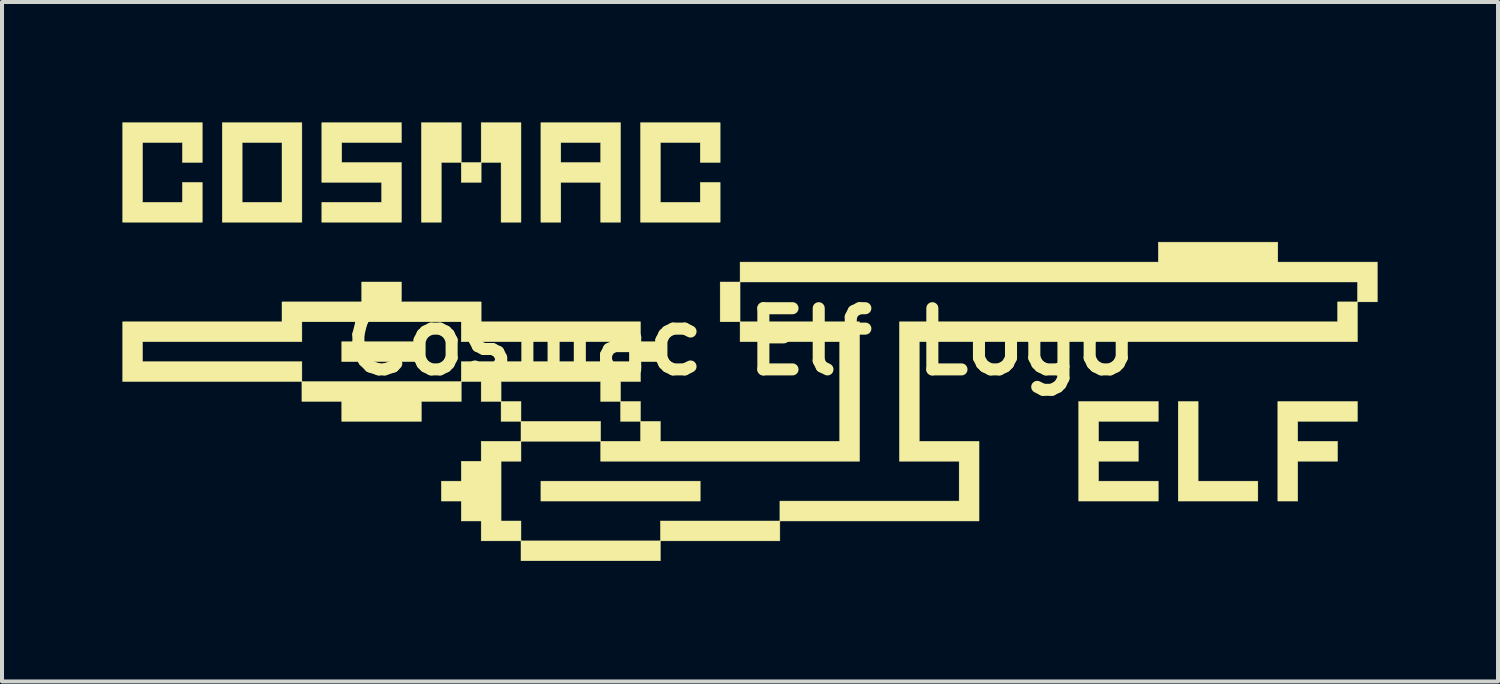
<source format=kicad_pcb>
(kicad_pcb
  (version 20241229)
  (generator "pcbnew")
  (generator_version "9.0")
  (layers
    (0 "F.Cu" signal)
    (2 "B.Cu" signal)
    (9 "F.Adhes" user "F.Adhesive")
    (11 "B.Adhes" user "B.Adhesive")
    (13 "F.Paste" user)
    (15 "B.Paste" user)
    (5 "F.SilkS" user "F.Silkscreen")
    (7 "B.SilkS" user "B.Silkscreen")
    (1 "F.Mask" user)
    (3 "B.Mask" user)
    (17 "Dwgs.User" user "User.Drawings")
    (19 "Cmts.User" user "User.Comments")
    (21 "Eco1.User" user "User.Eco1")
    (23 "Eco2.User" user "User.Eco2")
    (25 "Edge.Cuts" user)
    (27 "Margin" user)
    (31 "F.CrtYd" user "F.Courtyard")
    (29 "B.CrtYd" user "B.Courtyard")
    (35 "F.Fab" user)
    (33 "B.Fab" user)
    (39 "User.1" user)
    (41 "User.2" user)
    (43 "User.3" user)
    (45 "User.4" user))
  (footprint "Cosmac Elf Logo"
    (layer "F.Cu")
    (at 15.384 5.462)
    (property "Reference" "Cosmac Elf Logo" (at 0 0 0) (layer "F.SilkS") (effects (font (size 1.524 1.524) (thickness 0.3))))
    (attr through_hole)
    (fp_poly (pts (xy -7.938 0.496) (xy -9.922 0.496) (xy -9.922 0) (xy -7.938 0) (xy -7.938 0.496)) (stroke (width 0.01) (type solid)) (fill yes) (layer "F.SilkS"))
    (fp_poly (pts (xy -6.449 -3.969) (xy -6.945 -3.969) (xy -6.945 -4.465) (xy -6.449 -4.465) (xy -6.449 -3.969)) (stroke (width 0.01) (type solid)) (fill yes) (layer "F.SilkS"))
    (fp_poly (pts (xy -0.992 3.969) (xy -4.961 3.969) (xy -4.961 3.473) (xy -0.992 3.473) (xy -0.992 3.969)) (stroke (width 0.01) (type solid)) (fill yes) (layer "F.SilkS"))
    (fp_poly (pts (xy -7.441 -4.465) (xy -7.441 -2.977) (xy -7.938 -2.977) (xy -7.938 -5.457) (xy -6.945 -5.457) (xy -6.945 -4.465) (xy -7.441 -4.465)) (stroke (width 0.01) (type solid)) (fill yes) (layer "F.SilkS"))
    (fp_poly (pts (xy -6.449 -5.457) (xy -5.457 -5.457) (xy -5.457 -2.977) (xy -5.953 -2.977) (xy -5.953 -4.465) (xy -6.449 -4.465) (xy -6.449 -5.457)) (stroke (width 0.01) (type solid)) (fill yes) (layer "F.SilkS"))
    (fp_poly (pts (xy 11.41 3.473) (xy 12.898 3.473) (xy 12.898 3.969) (xy 10.914 3.969) (xy 10.914 1.488) (xy 11.41 1.488) (xy 11.41 3.473)) (stroke (width 0.01) (type solid)) (fill yes) (layer "F.SilkS"))
    (fp_poly (pts (xy 15.379 1.984) (xy 13.891 1.984) (xy 13.891 2.48) (xy 14.883 2.48) (xy 14.883 2.977) (xy 13.891 2.977) (xy 13.891 3.969) (xy 13.395 3.969) (xy 13.395 1.488) (xy 15.379 1.488) (xy 15.379 1.984)) (stroke (width 0.01) (type solid)) (fill yes) (layer "F.SilkS"))
    (fp_poly (pts (xy -10.914 -2.977) (xy -12.898 -2.977) (xy -12.898 -4.961) (xy -12.402 -4.961) (xy -12.402 -3.473) (xy -11.41 -3.473) (xy -11.41 -4.961) (xy -12.402 -4.961) (xy -12.898 -4.961) (xy -12.898 -5.457) (xy -10.914 -5.457) (xy -10.914 -2.977)) (stroke (width 0.01) (type solid)) (fill yes) (layer "F.SilkS"))
    (fp_poly (pts (xy -13.395 -4.465) (xy -13.891 -4.465) (xy -13.891 -4.961) (xy -14.883 -4.961) (xy -14.883 -3.473) (xy -13.891 -3.473) (xy -13.891 -3.969) (xy -13.395 -3.969) (xy -13.395 -2.977) (xy -15.379 -2.977) (xy -15.379 -5.457) (xy -13.395 -5.457) (xy -13.395 -4.465)) (stroke (width 0.01) (type solid)) (fill yes) (layer "F.SilkS"))
    (fp_poly (pts (xy -8.434 -4.961) (xy -9.922 -4.961) (xy -9.922 -4.465) (xy -8.434 -4.465) (xy -8.434 -2.977) (xy -10.418 -2.977) (xy -10.418 -3.473) (xy -8.93 -3.473) (xy -8.93 -3.969) (xy -10.418 -3.969) (xy -10.418 -5.457) (xy -8.434 -5.457) (xy -8.434 -4.961)) (stroke (width 0.01) (type solid)) (fill yes) (layer "F.SilkS"))
    (fp_poly (pts (xy -0.496 -4.465) (xy -0.992 -4.465) (xy -0.992 -4.961) (xy -1.984 -4.961) (xy -1.984 -3.473) (xy -0.992 -3.473) (xy -0.992 -3.969) (xy -0.496 -3.969) (xy -0.496 -2.977) (xy -2.48 -2.977) (xy -2.48 -5.457) (xy -0.496 -5.457) (xy -0.496 -4.465)) (stroke (width 0.01) (type solid)) (fill yes) (layer "F.SilkS"))
    (fp_poly (pts (xy 10.418 1.984) (xy 8.93 1.984) (xy 8.93 2.48) (xy 9.922 2.48) (xy 9.922 2.977) (xy 8.93 2.977) (xy 8.93 3.473) (xy 10.418 3.473) (xy 10.418 3.969) (xy 8.434 3.969) (xy 8.434 1.488) (xy 10.418 1.488) (xy 10.418 1.984)) (stroke (width 0.01) (type solid)) (fill yes) (layer "F.SilkS"))
    (fp_poly (pts (xy -2.977 -2.977) (xy -3.473 -2.977) (xy -3.473 -3.969) (xy -4.465 -3.969) (xy -4.465 -2.977) (xy -4.961 -2.977) (xy -4.961 -4.961) (xy -4.465 -4.961) (xy -4.465 -4.465) (xy -3.473 -4.465) (xy -3.473 -4.961) (xy -4.465 -4.961) (xy -4.961 -4.961) (xy -4.961 -5.457) (xy -2.977 -5.457) (xy -2.977 -2.977)) (stroke (width 0.01) (type solid)) (fill yes) (layer "F.SilkS"))
    (fp_poly (pts (xy 13.395 -1.984) (xy 15.875 -1.984) (xy 15.875 -0.992) (xy 15.379 -0.992) (xy 15.379 0) (xy 4.465 0) (xy 4.465 2.48) (xy 5.953 2.48) (xy 5.953 4.465) (xy 0.992 4.465) (xy 0.992 4.961) (xy -1.984 4.961) (xy -1.984 5.457) (xy -5.457 5.457) (xy -5.457 4.961) (xy -6.449 4.961) (xy -6.449 4.465) (xy -6.945 4.465) (xy -6.945 3.969) (xy -7.441 3.969) (xy -7.441 3.473) (xy -6.945 3.473) (xy -6.945 2.977) (xy -6.449 2.977) (xy -5.953 2.977) (xy -5.953 4.465) (xy -5.457 4.465) (xy -5.457 4.961) (xy -1.984 4.961) (xy -1.984 4.465) (xy 0.992 4.465) (xy 0.992 3.969) (xy 5.457 3.969) (xy 5.457 2.977) (xy 3.969 2.977) (xy 3.969 -0.496) (xy 14.883 -0.496) (xy 14.883 -0.992) (xy 15.379 -0.992) (xy 15.379 -1.488) (xy 0 -1.488) (xy 0 -0.496) (xy 2.977 -0.496) (xy 2.977 2.977) (xy -3.473 2.977) (xy -3.473 2.48) (xy -5.457 2.48) (xy -5.457 2.977) (xy -5.953 2.977) (xy -6.449 2.977) (xy -6.449 2.48) (xy -5.457 2.48) (xy -5.457 1.984) (xy -5.953 1.984) (xy -5.953 1.488) (xy -6.449 1.488) (xy -6.449 0.992) (xy -5.953 0.992) (xy -5.953 1.488) (xy -5.457 1.488) (xy -5.457 1.984) (xy -3.473 1.984) (xy -3.473 2.48) (xy -2.48 2.48) (xy -2.48 1.984) (xy -2.977 1.984) (xy -2.977 1.488) (xy -3.473 1.488) (xy -3.473 0.992) (xy -5.953 0.992) (xy -6.449 0.992) (xy -6.945 0.992) (xy -6.945 1.488) (xy -7.938 1.488) (xy -7.938 1.984) (xy -9.922 1.984) (xy -9.922 1.488) (xy -10.914 1.488) (xy -10.914 0.992) (xy -15.379 0.992) (xy -15.379 0) (xy -14.883 0) (xy -14.883 0.496) (xy -10.914 0.496) (xy -10.914 0.992) (xy -6.945 0.992) (xy -6.945 0.496) (xy -2.48 0.496) (xy -2.48 0) (xy -6.945 0) (xy -6.945 -0.496) (xy -10.914 -0.496) (xy -10.914 0) (xy -14.883 0) (xy -15.379 0) (xy -15.379 -0.496) (xy -11.41 -0.496) (xy -11.41 -0.992) (xy -9.426 -0.992) (xy -9.426 -1.488) (xy -8.434 -1.488) (xy -8.434 -0.992) (xy -6.449 -0.992) (xy -6.449 -0.496) (xy -2.48 -0.496) (xy -2.48 0) (xy -1.984 0) (xy -1.984 0.496) (xy -2.48 0.496) (xy -2.48 0.992) (xy -2.977 0.992) (xy -2.977 1.488) (xy -2.48 1.488) (xy -2.48 1.984) (xy -1.984 1.984) (xy -1.984 2.48) (xy 2.48 2.48) (xy 2.48 0) (xy 0 0) (xy 0 -0.496) (xy -0.496 -0.496) (xy -0.496 -1.488) (xy 0 -1.488) (xy 0 -1.984) (xy 10.418 -1.984) (xy 10.418 -2.48) (xy 13.395 -2.48) (xy 13.395 -1.984)) (stroke (width 0.01) (type solid)) (fill yes) (layer "F.SilkS")))
  (gr_rect
    (start -3 -3)
    (end 34.264 13.924)
    (stroke (width 0.1) (type default))
    (fill no)
    (layer "Edge.Cuts")))
</source>
